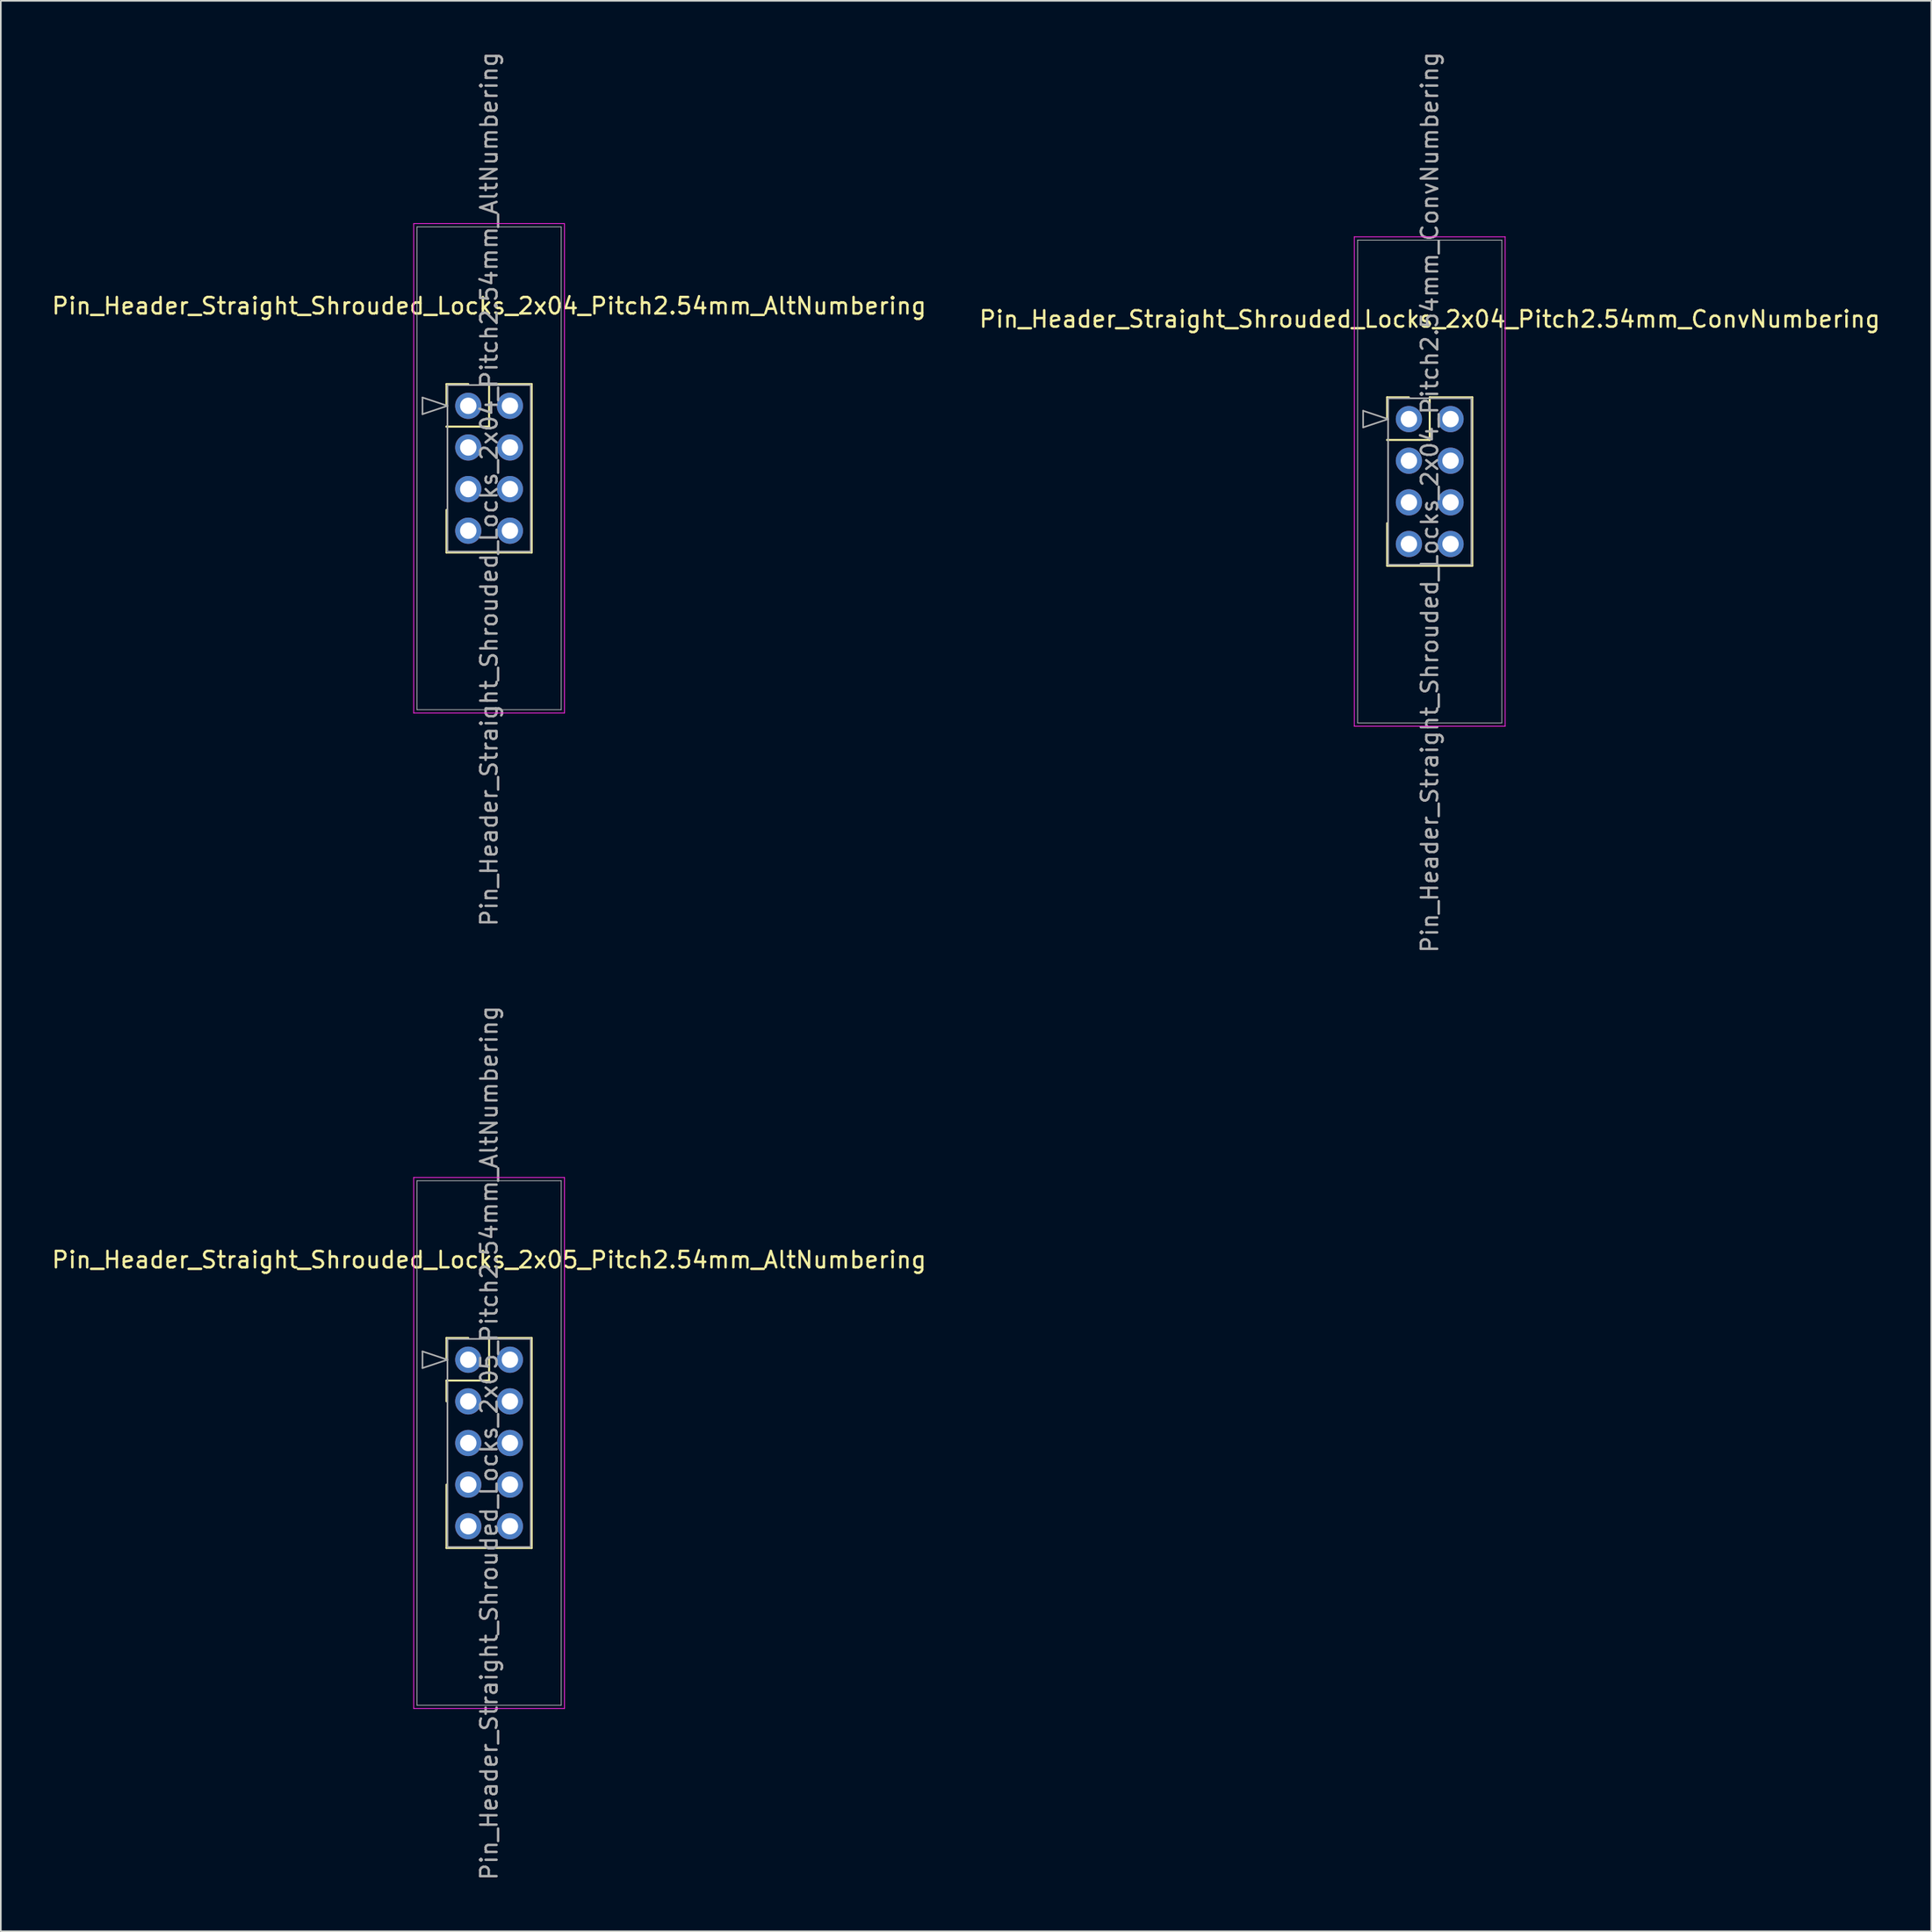
<source format=kicad_pcb>
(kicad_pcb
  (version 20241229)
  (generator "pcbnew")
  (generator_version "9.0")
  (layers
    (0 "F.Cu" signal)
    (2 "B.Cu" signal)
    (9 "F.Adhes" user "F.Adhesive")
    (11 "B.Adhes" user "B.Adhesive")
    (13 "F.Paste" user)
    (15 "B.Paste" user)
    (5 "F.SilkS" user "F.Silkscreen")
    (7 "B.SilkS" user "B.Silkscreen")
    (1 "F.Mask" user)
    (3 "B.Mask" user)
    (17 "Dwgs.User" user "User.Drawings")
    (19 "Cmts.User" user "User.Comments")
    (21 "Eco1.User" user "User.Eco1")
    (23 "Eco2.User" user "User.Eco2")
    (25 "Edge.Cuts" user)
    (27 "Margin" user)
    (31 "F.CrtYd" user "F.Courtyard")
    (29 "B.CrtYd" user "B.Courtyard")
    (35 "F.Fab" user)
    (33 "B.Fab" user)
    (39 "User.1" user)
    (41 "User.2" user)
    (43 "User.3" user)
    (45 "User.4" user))
  (footprint "Pin_Header_Straight_Shrouded_Locks_2x05_Pitch2.54mm_AltNumbering"
    (layer "F.Cu")
    (at 25.522 79.914)
    (property "Reference" "Pin_Header_Straight_Shrouded_Locks_2x05_Pitch2.54mm_AltNumbering" (at 1.27 -6.096 0) (layer "F.SilkS") (effects (font (size 1 1) (thickness 0.15))))
    (attr through_hole)
    (fp_line (start -1.33 -1.33) (end 0 -1.33) (stroke (width 0.12) (type solid)) (layer "F.SilkS"))
    (fp_line (start -1.33 0) (end -1.33 -1.33) (stroke (width 0.12) (type solid)) (layer "F.SilkS"))
    (fp_line (start -1.33 1.27) (end -1.33 2.54) (stroke (width 0.12) (type solid)) (layer "F.SilkS"))
    (fp_line (start -1.33 1.27) (end 1.27 1.27) (stroke (width 0.12) (type solid)) (layer "F.SilkS"))
    (fp_line (start -1.33 7.62) (end -1.33 11.49) (stroke (width 0.12) (type solid)) (layer "F.SilkS"))
    (fp_line (start -1.33 11.49) (end 3.87 11.49) (stroke (width 0.12) (type solid)) (layer "F.SilkS"))
    (fp_line (start 1.27 -1.33) (end 3.87 -1.33) (stroke (width 0.12) (type solid)) (layer "F.SilkS"))
    (fp_line (start 1.27 1.27) (end 1.27 -1.33) (stroke (width 0.12) (type solid)) (layer "F.SilkS"))
    (fp_line (start 3.87 -1.33) (end 3.87 11.49) (stroke (width 0.12) (type solid)) (layer "F.SilkS"))
    (fp_line (start -3.33 -11.12) (end -3.33 21.28) (stroke (width 0.05) (type solid)) (layer "F.CrtYd"))
    (fp_line (start -3.33 21.28) (end 5.87 21.28) (stroke (width 0.05) (type solid)) (layer "F.CrtYd"))
    (fp_line (start 5.87 -11.12) (end -3.33 -11.12) (stroke (width 0.05) (type solid)) (layer "F.CrtYd"))
    (fp_line (start 5.87 21.28) (end 5.87 -11.12) (stroke (width 0.05) (type solid)) (layer "F.CrtYd"))
    (fp_line (start -3.13 -10.92) (end -3.13 21.08) (stroke (width 0.05) (type solid)) (layer "F.Fab"))
    (fp_line (start -3.13 21.08) (end 5.67 21.08) (stroke (width 0.05) (type solid)) (layer "F.Fab"))
    (fp_line (start -2.794 -0.508) (end -1.27 0) (stroke (width 0.1) (type solid)) (layer "F.Fab"))
    (fp_line (start -2.794 0.508) (end -2.794 -0.508) (stroke (width 0.1) (type solid)) (layer "F.Fab"))
    (fp_line (start -1.27 -1.27) (end -1.27 11.43) (stroke (width 0.1) (type solid)) (layer "F.Fab"))
    (fp_line (start -1.27 0) (end -2.794 0.508) (stroke (width 0.1) (type solid)) (layer "F.Fab"))
    (fp_line (start -1.27 11.43) (end 3.81 11.43) (stroke (width 0.1) (type solid)) (layer "F.Fab"))
    (fp_line (start 3.81 -1.27) (end -1.27 -1.27) (stroke (width 0.1) (type solid)) (layer "F.Fab"))
    (fp_line (start 3.81 11.43) (end 3.81 -1.27) (stroke (width 0.1) (type solid)) (layer "F.Fab"))
    (fp_line (start 5.67 -10.92) (end -3.13 -10.92) (stroke (width 0.05) (type solid)) (layer "F.Fab"))
    (fp_line (start 5.67 21.08) (end 5.67 -10.92) (stroke (width 0.05) (type solid)) (layer "F.Fab"))
    (fp_text user "${REFERENCE}" (at 1.27 5.08 90) (layer "F.Fab") (effects (font (size 1 1) (thickness 0.15))))
    (pad "1" thru_hole oval (at 0 0) (size 1.6 1.6) (drill 1) (layers "*.Cu" "*.Mask"))
    (pad "2" thru_hole oval (at 0 2.54) (size 1.6 1.6) (drill 1) (layers "*.Cu" "*.Mask"))
    (pad "3" thru_hole oval (at 0 5.08) (size 1.6 1.6) (drill 1) (layers "*.Cu" "*.Mask"))
    (pad "4" thru_hole oval (at 0 7.62) (size 1.6 1.6) (drill 1) (layers "*.Cu" "*.Mask"))
    (pad "5" thru_hole oval (at 0 10.16) (size 1.6 1.6) (drill 1) (layers "*.Cu" "*.Mask"))
    (pad "6" thru_hole oval (at 2.54 0) (size 1.6 1.6) (drill 1) (layers "*.Cu" "*.Mask"))
    (pad "7" thru_hole oval (at 2.54 2.54) (size 1.6 1.6) (drill 1) (layers "*.Cu" "*.Mask"))
    (pad "8" thru_hole oval (at 2.54 5.08) (size 1.6 1.6) (drill 1) (layers "*.Cu" "*.Mask"))
    (pad "9" thru_hole oval (at 2.54 7.62) (size 1.6 1.6) (drill 1) (layers "*.Cu" "*.Mask"))
    (pad "10" thru_hole oval (at 2.54 10.16) (size 1.6 1.6) (drill 1) (layers "*.Cu" "*.Mask")))
  (footprint "Pin_Header_Straight_Shrouded_Locks_2x04_Pitch2.54mm_ConvNumbering"
    (layer "F.Cu")
    (at 82.915 22.521)
    (property "Reference" "Pin_Header_Straight_Shrouded_Locks_2x04_Pitch2.54mm_ConvNumbering" (at 1.27 -6.096 0) (layer "F.SilkS") (effects (font (size 1 1) (thickness 0.15))))
    (attr through_hole)
    (fp_line (start -1.33 -1.33) (end 0 -1.33) (stroke (width 0.12) (type solid)) (layer "F.SilkS"))
    (fp_line (start -1.33 0) (end -1.33 -1.33) (stroke (width 0.12) (type solid)) (layer "F.SilkS"))
    (fp_line (start -1.33 1.27) (end -1.33 1.27) (stroke (width 0.12) (type solid)) (layer "F.SilkS"))
    (fp_line (start -1.33 1.27) (end 1.27 1.27) (stroke (width 0.12) (type solid)) (layer "F.SilkS"))
    (fp_line (start -1.33 6.35) (end -1.33 8.95) (stroke (width 0.12) (type solid)) (layer "F.SilkS"))
    (fp_line (start -1.33 8.95) (end 3.87 8.95) (stroke (width 0.12) (type solid)) (layer "F.SilkS"))
    (fp_line (start 1.27 -1.33) (end 3.87 -1.33) (stroke (width 0.12) (type solid)) (layer "F.SilkS"))
    (fp_line (start 1.27 1.27) (end 1.27 -1.33) (stroke (width 0.12) (type solid)) (layer "F.SilkS"))
    (fp_line (start 3.87 -1.33) (end 3.87 8.95) (stroke (width 0.12) (type solid)) (layer "F.SilkS"))
    (fp_line (start -3.33 -11.12) (end -3.33 18.74) (stroke (width 0.05) (type solid)) (layer "F.CrtYd"))
    (fp_line (start -3.33 18.74) (end 5.87 18.74) (stroke (width 0.05) (type solid)) (layer "F.CrtYd"))
    (fp_line (start 5.87 -11.12) (end -3.33 -11.12) (stroke (width 0.05) (type solid)) (layer "F.CrtYd"))
    (fp_line (start 5.87 18.74) (end 5.87 -11.12) (stroke (width 0.05) (type solid)) (layer "F.CrtYd"))
    (fp_line (start -3.13 -10.92) (end -3.13 18.54) (stroke (width 0.05) (type solid)) (layer "F.Fab"))
    (fp_line (start -3.13 18.54) (end 5.67 18.54) (stroke (width 0.05) (type solid)) (layer "F.Fab"))
    (fp_line (start -2.794 -0.508) (end -1.27 0) (stroke (width 0.1) (type solid)) (layer "F.Fab"))
    (fp_line (start -2.794 0.508) (end -2.794 -0.508) (stroke (width 0.1) (type solid)) (layer "F.Fab"))
    (fp_line (start -1.27 -1.27) (end -1.27 8.89) (stroke (width 0.1) (type solid)) (layer "F.Fab"))
    (fp_line (start -1.27 0) (end -2.794 0.508) (stroke (width 0.1) (type solid)) (layer "F.Fab"))
    (fp_line (start -1.27 8.89) (end 3.81 8.89) (stroke (width 0.1) (type solid)) (layer "F.Fab"))
    (fp_line (start 3.81 -1.27) (end -1.27 -1.27) (stroke (width 0.1) (type solid)) (layer "F.Fab"))
    (fp_line (start 3.81 8.89) (end 3.81 -1.27) (stroke (width 0.1) (type solid)) (layer "F.Fab"))
    (fp_line (start 5.67 -10.92) (end -3.13 -10.92) (stroke (width 0.05) (type solid)) (layer "F.Fab"))
    (fp_line (start 5.67 18.54) (end 5.67 -10.92) (stroke (width 0.05) (type solid)) (layer "F.Fab"))
    (fp_text user "${REFERENCE}" (at 1.27 5.08 90) (layer "F.Fab") (effects (font (size 1 1) (thickness 0.15))))
    (pad "1" thru_hole oval (at 0 0) (size 1.6 1.6) (drill 1) (layers "*.Cu" "*.Mask"))
    (pad "2" thru_hole oval (at 2.54 0) (size 1.6 1.6) (drill 1) (layers "*.Cu" "*.Mask"))
    (pad "3" thru_hole oval (at 0 2.54) (size 1.6 1.6) (drill 1) (layers "*.Cu" "*.Mask"))
    (pad "4" thru_hole oval (at 2.54 2.54) (size 1.6 1.6) (drill 1) (layers "*.Cu" "*.Mask"))
    (pad "5" thru_hole oval (at 0 5.08) (size 1.6 1.6) (drill 1) (layers "*.Cu" "*.Mask"))
    (pad "6" thru_hole oval (at 2.54 5.08) (size 1.6 1.6) (drill 1) (layers "*.Cu" "*.Mask"))
    (pad "7" thru_hole oval (at 0 7.62) (size 1.6 1.6) (drill 1) (layers "*.Cu" "*.Mask"))
    (pad "8" thru_hole oval (at 2.54 7.62) (size 1.6 1.6) (drill 1) (layers "*.Cu" "*.Mask")))
  (footprint "Pin_Header_Straight_Shrouded_Locks_2x04_Pitch2.54mm_AltNumbering"
    (layer "F.Cu")
    (at 25.522 21.712)
    (property "Reference" "Pin_Header_Straight_Shrouded_Locks_2x04_Pitch2.54mm_AltNumbering" (at 1.27 -6.096 0) (layer "F.SilkS") (effects (font (size 1 1) (thickness 0.15))))
    (attr through_hole)
    (fp_line (start -1.33 -1.33) (end 0 -1.33) (stroke (width 0.12) (type solid)) (layer "F.SilkS"))
    (fp_line (start -1.33 0) (end -1.33 -1.33) (stroke (width 0.12) (type solid)) (layer "F.SilkS"))
    (fp_line (start -1.33 1.27) (end -1.33 1.27) (stroke (width 0.12) (type solid)) (layer "F.SilkS"))
    (fp_line (start -1.33 1.27) (end 1.27 1.27) (stroke (width 0.12) (type solid)) (layer "F.SilkS"))
    (fp_line (start -1.33 6.35) (end -1.33 8.95) (stroke (width 0.12) (type solid)) (layer "F.SilkS"))
    (fp_line (start -1.33 8.95) (end 3.87 8.95) (stroke (width 0.12) (type solid)) (layer "F.SilkS"))
    (fp_line (start 1.27 -1.33) (end 3.87 -1.33) (stroke (width 0.12) (type solid)) (layer "F.SilkS"))
    (fp_line (start 1.27 1.27) (end 1.27 -1.33) (stroke (width 0.12) (type solid)) (layer "F.SilkS"))
    (fp_line (start 3.87 -1.33) (end 3.87 8.95) (stroke (width 0.12) (type solid)) (layer "F.SilkS"))
    (fp_line (start -3.33 -11.12) (end -3.33 18.74) (stroke (width 0.05) (type solid)) (layer "F.CrtYd"))
    (fp_line (start -3.33 18.74) (end 5.87 18.74) (stroke (width 0.05) (type solid)) (layer "F.CrtYd"))
    (fp_line (start 5.87 -11.12) (end -3.33 -11.12) (stroke (width 0.05) (type solid)) (layer "F.CrtYd"))
    (fp_line (start 5.87 18.74) (end 5.87 -11.12) (stroke (width 0.05) (type solid)) (layer "F.CrtYd"))
    (fp_line (start -3.13 -10.92) (end -3.13 18.54) (stroke (width 0.05) (type solid)) (layer "F.Fab"))
    (fp_line (start -3.13 18.54) (end 5.67 18.54) (stroke (width 0.05) (type solid)) (layer "F.Fab"))
    (fp_line (start -2.794 -0.508) (end -1.27 0) (stroke (width 0.1) (type solid)) (layer "F.Fab"))
    (fp_line (start -2.794 0.508) (end -2.794 -0.508) (stroke (width 0.1) (type solid)) (layer "F.Fab"))
    (fp_line (start -1.27 -1.27) (end -1.27 8.89) (stroke (width 0.1) (type solid)) (layer "F.Fab"))
    (fp_line (start -1.27 0) (end -2.794 0.508) (stroke (width 0.1) (type solid)) (layer "F.Fab"))
    (fp_line (start -1.27 8.89) (end 3.81 8.89) (stroke (width 0.1) (type solid)) (layer "F.Fab"))
    (fp_line (start 3.81 -1.27) (end -1.27 -1.27) (stroke (width 0.1) (type solid)) (layer "F.Fab"))
    (fp_line (start 3.81 8.89) (end 3.81 -1.27) (stroke (width 0.1) (type solid)) (layer "F.Fab"))
    (fp_line (start 5.67 -10.92) (end -3.13 -10.92) (stroke (width 0.05) (type solid)) (layer "F.Fab"))
    (fp_line (start 5.67 18.54) (end 5.67 -10.92) (stroke (width 0.05) (type solid)) (layer "F.Fab"))
    (fp_text user "${REFERENCE}" (at 1.27 5.08 90) (layer "F.Fab") (effects (font (size 1 1) (thickness 0.15))))
    (pad "1" thru_hole oval (at 0 0) (size 1.6 1.6) (drill 1) (layers "*.Cu" "*.Mask"))
    (pad "2" thru_hole oval (at 0 2.54) (size 1.6 1.6) (drill 1) (layers "*.Cu" "*.Mask"))
    (pad "3" thru_hole oval (at 0 5.08) (size 1.6 1.6) (drill 1) (layers "*.Cu" "*.Mask"))
    (pad "4" thru_hole oval (at 0 7.62) (size 1.6 1.6) (drill 1) (layers "*.Cu" "*.Mask"))
    (pad "5" thru_hole oval (at 2.54 0) (size 1.6 1.6) (drill 1) (layers "*.Cu" "*.Mask"))
    (pad "6" thru_hole oval (at 2.54 2.54) (size 1.6 1.6) (drill 1) (layers "*.Cu" "*.Mask"))
    (pad "7" thru_hole oval (at 2.54 5.08) (size 1.6 1.6) (drill 1) (layers "*.Cu" "*.Mask"))
    (pad "8" thru_hole oval (at 2.54 7.62) (size 1.6 1.6) (drill 1) (layers "*.Cu" "*.Mask")))
  (gr_rect
    (start -3 -3)
    (end 114.786 114.786)
    (stroke (width 0.1) (type default))
    (fill no)
    (layer "Edge.Cuts")))
</source>
